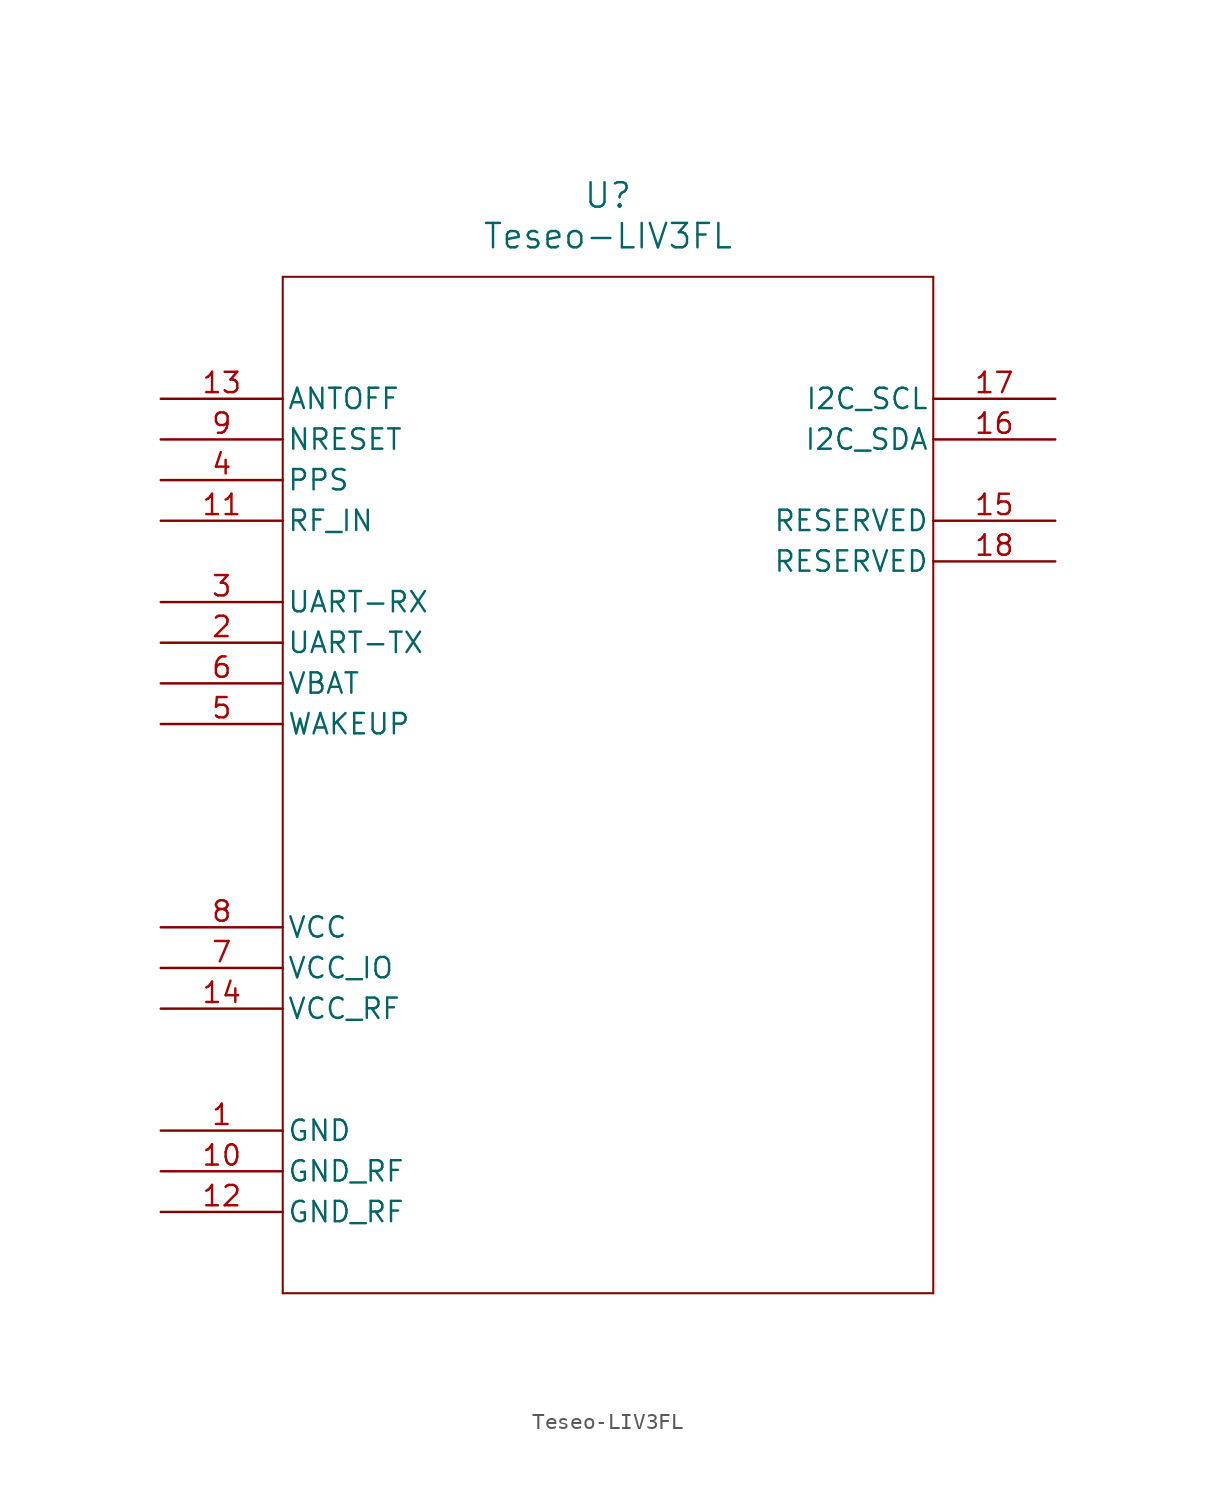
<source format=kicad_sym>
(kicad_symbol_lib
  (version 20211014)
  (generator kicad_symbol_editor)
  (symbol "Teseo-LIV3FL"
    (pin_names
      (offset 0.254))
    (property "Reference" "U"
      (at 27.94 12.7 0)
      (effects (font (size 1.524 1.524))))
    (property "Value" "Teseo-LIV3FL"
      (at 27.94 10.16 0)
      (effects (font (size 1.524 1.524))))
    (symbol "Teseo-LIV3FL_0_1"
      (polyline (pts (xy 7.62 7.62) (xy 7.62 -55.88)) (stroke (width 0.127) (type default) (color 0 0 0 0)) (fill (type none)))
      (polyline (pts (xy 7.62 -55.88) (xy 48.26 -55.88)) (stroke (width 0.127) (type default) (color 0 0 0 0)) (fill (type none)))
      (polyline (pts (xy 48.26 -55.88) (xy 48.26 7.62)) (stroke (width 0.127) (type default) (color 0 0 0 0)) (fill (type none)))
      (polyline (pts (xy 48.26 7.62) (xy 7.62 7.62)) (stroke (width 0.127) (type default) (color 0 0 0 0)) (fill (type none)))
      (pin power_out line (at 0 -45.72 0) (length 7.62) (name "GND" (effects (font (size 1.27 1.27)))) (number "1" (effects (font (size 1.27 1.27)))))
      (pin bidirectional line (at 0 -15.24 0) (length 7.62) (name "UART-TX" (effects (font (size 1.27 1.27)))) (number "2" (effects (font (size 1.27 1.27)))))
      (pin bidirectional line (at 0 -12.7 0) (length 7.62) (name "UART-RX" (effects (font (size 1.27 1.27)))) (number "3" (effects (font (size 1.27 1.27)))))
      (pin unspecified line (at 0 -5.08 0) (length 7.62) (name "PPS" (effects (font (size 1.27 1.27)))) (number "4" (effects (font (size 1.27 1.27)))))
      (pin unspecified line (at 0 -20.32 0) (length 7.62) (name "WAKEUP" (effects (font (size 1.27 1.27)))) (number "5" (effects (font (size 1.27 1.27)))))
      (pin unspecified line (at 0 -17.78 0) (length 7.62) (name "VBAT" (effects (font (size 1.27 1.27)))) (number "6" (effects (font (size 1.27 1.27)))))
      (pin power_in line (at 0 -35.56 0) (length 7.62) (name "VCC_IO" (effects (font (size 1.27 1.27)))) (number "7" (effects (font (size 1.27 1.27)))))
      (pin power_in line (at 0 -33.02 0) (length 7.62) (name "VCC" (effects (font (size 1.27 1.27)))) (number "8" (effects (font (size 1.27 1.27)))))
      (pin unspecified line (at 0 -2.54 0) (length 7.62) (name "NRESET" (effects (font (size 1.27 1.27)))) (number "9" (effects (font (size 1.27 1.27)))))
      (pin power_out line (at 0 -48.26 0) (length 7.62) (name "GND_RF" (effects (font (size 1.27 1.27)))) (number "10" (effects (font (size 1.27 1.27)))))
      (pin unspecified line (at 0 -7.62 0) (length 7.62) (name "RF_IN" (effects (font (size 1.27 1.27)))) (number "11" (effects (font (size 1.27 1.27)))))
      (pin power_out line (at 0 -50.8 0) (length 7.62) (name "GND_RF" (effects (font (size 1.27 1.27)))) (number "12" (effects (font (size 1.27 1.27)))))
      (pin unspecified line (at 0 0 0) (length 7.62) (name "ANTOFF" (effects (font (size 1.27 1.27)))) (number "13" (effects (font (size 1.27 1.27)))))
      (pin power_in line (at 0 -38.1 0) (length 7.62) (name "VCC_RF" (effects (font (size 1.27 1.27)))) (number "14" (effects (font (size 1.27 1.27)))))
      (pin unspecified line (at 55.88 -7.62 180) (length 7.62) (name "RESERVED" (effects (font (size 1.27 1.27)))) (number "15" (effects (font (size 1.27 1.27)))))
      (pin bidirectional line (at 55.88 -2.54 180) (length 7.62) (name "I2C_SDA" (effects (font (size 1.27 1.27)))) (number "16" (effects (font (size 1.27 1.27)))))
      (pin bidirectional line (at 55.88 0 180) (length 7.62) (name "I2C_SCL" (effects (font (size 1.27 1.27)))) (number "17" (effects (font (size 1.27 1.27)))))
      (pin unspecified line (at 55.88 -10.16 180) (length 7.62) (name "RESERVED" (effects (font (size 1.27 1.27)))) (number "18" (effects (font (size 1.27 1.27))))))))
</source>
